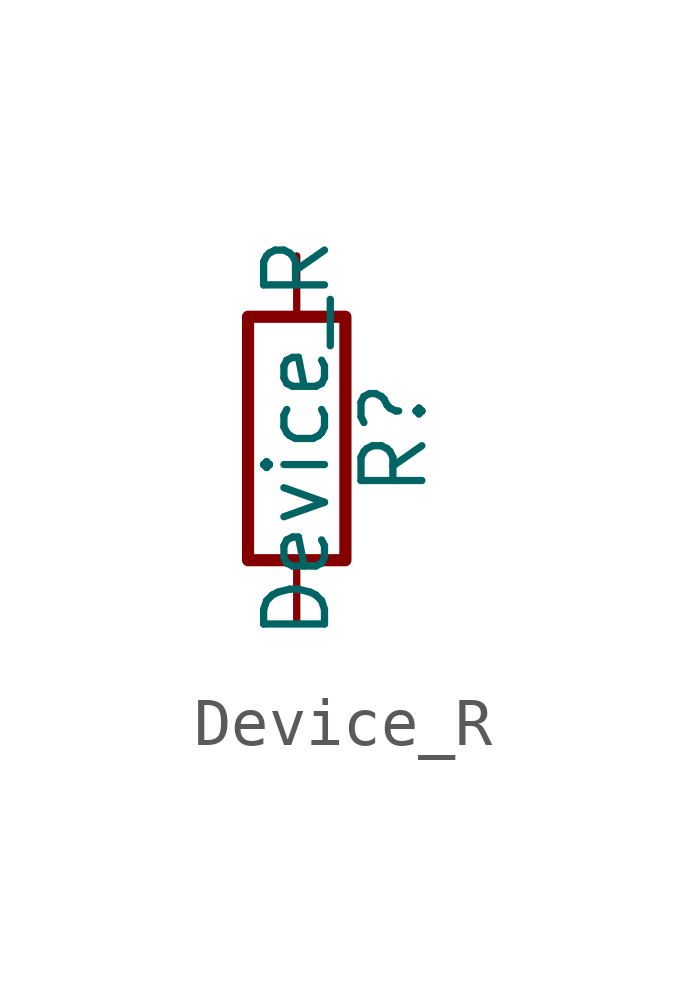
<source format=kicad_sym>
(kicad_symbol_lib
  (version 20220914)
  (generator kicad_symbol_editor)
  (symbol "Device_R"
    (pin_numbers hide)
    (pin_names
      (offset 0))
    (property "Reference" "R"
      (at 2.032 0 90)
      (effects (font (size 1.27 1.27))))
    (property "Value" "Device_R"
      (at 0 0 90)
      (effects (font (size 1.27 1.27))))
    (symbol "Device_R_0_1"
      (rectangle (start -1.016 -2.54) (end 1.016 2.54) (stroke (width 0.254) (type solid)) (fill (type none))))
    (symbol "Device_R_1_1"
      (pin passive line (at 0 3.81 270) (length 1.27) (name "~" (effects (font (size 1.27 1.27)))) (number "1" (effects (font (size 1.27 1.27)))))
      (pin passive line (at 0 -3.81 90) (length 1.27) (name "~" (effects (font (size 1.27 1.27)))) (number "2" (effects (font (size 1.27 1.27))))))))
</source>
